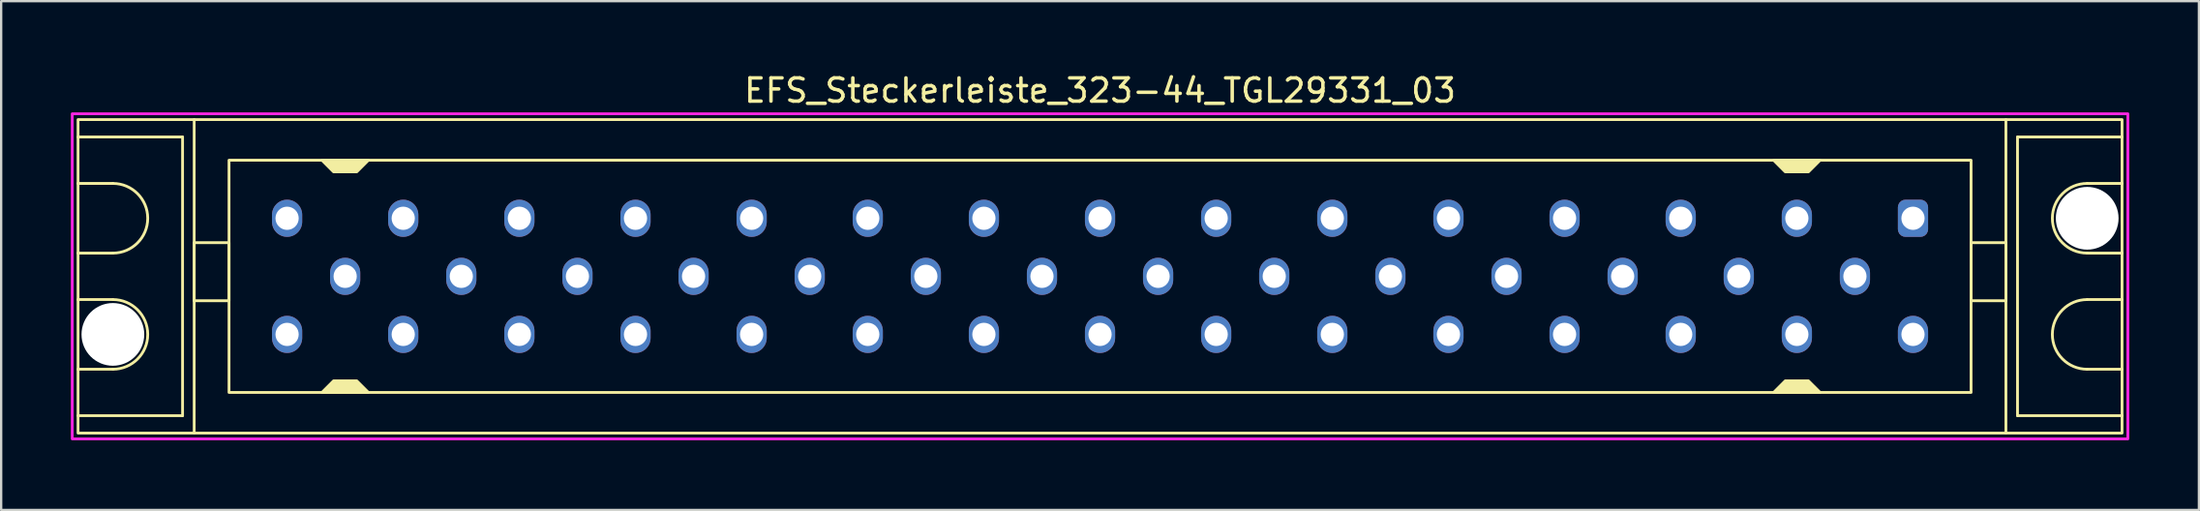
<source format=kicad_pcb>
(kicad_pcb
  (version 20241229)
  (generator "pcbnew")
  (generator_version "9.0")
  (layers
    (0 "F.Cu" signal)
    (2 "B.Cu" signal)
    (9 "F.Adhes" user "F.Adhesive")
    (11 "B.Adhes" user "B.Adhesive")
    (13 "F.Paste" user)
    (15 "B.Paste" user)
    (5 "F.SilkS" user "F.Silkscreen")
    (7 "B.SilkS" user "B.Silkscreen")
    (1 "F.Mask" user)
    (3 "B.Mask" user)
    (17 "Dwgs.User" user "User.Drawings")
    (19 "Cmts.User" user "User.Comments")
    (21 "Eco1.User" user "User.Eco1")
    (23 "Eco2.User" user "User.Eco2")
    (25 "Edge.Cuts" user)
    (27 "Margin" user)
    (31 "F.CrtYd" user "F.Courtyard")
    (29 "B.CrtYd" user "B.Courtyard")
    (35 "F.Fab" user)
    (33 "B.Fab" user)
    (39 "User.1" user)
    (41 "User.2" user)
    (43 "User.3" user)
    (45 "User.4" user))
  (footprint "EFS_Steckerleiste_323-44_TGL29331_03"
    (layer "F.Cu")
    (at 44.31 8.848)
    (property "Reference" "EFS_Steckerleiste_323-44_TGL29331_03" (at 0 -8 180) (layer "F.SilkS") (effects (font (size 1 1) (thickness 0.15))))
    (attr through_hole)
    (fp_line (start -44 -6) (end -39.5 -6) (stroke (width 0.12) (type solid)) (layer "F.SilkS"))
    (fp_line (start -42.5 -4) (end -44 -4) (stroke (width 0.12) (type solid)) (layer "F.SilkS"))
    (fp_line (start -42.5 -1) (end -44 -1) (stroke (width 0.12) (type solid)) (layer "F.SilkS"))
    (fp_line (start -42.5 1) (end -44 1) (stroke (width 0.12) (type solid)) (layer "F.SilkS"))
    (fp_line (start -42.5 4) (end -44 4) (stroke (width 0.12) (type solid)) (layer "F.SilkS"))
    (fp_line (start -39.5 -6) (end -39.5 6) (stroke (width 0.12) (type solid)) (layer "F.SilkS"))
    (fp_line (start -39.5 6) (end -44 6) (stroke (width 0.12) (type solid)) (layer "F.SilkS"))
    (fp_line (start -39 6.75) (end -39 -6.75) (stroke (width 0.12) (type solid)) (layer "F.SilkS"))
    (fp_line (start 39 6.75) (end 39 -6.75) (stroke (width 0.12) (type solid)) (layer "F.SilkS"))
    (fp_line (start 39.5 -6) (end 39.5 6) (stroke (width 0.12) (type solid)) (layer "F.SilkS"))
    (fp_line (start 39.5 6) (end 44 6) (stroke (width 0.12) (type solid)) (layer "F.SilkS"))
    (fp_line (start 42.5 -4) (end 44 -4) (stroke (width 0.12) (type solid)) (layer "F.SilkS"))
    (fp_line (start 42.5 -1) (end 44 -1) (stroke (width 0.12) (type solid)) (layer "F.SilkS"))
    (fp_line (start 42.5 1) (end 44 1) (stroke (width 0.12) (type solid)) (layer "F.SilkS"))
    (fp_line (start 42.5 4) (end 44 4) (stroke (width 0.12) (type solid)) (layer "F.SilkS"))
    (fp_line (start 44 -6) (end 39.5 -6) (stroke (width 0.12) (type solid)) (layer "F.SilkS"))
    (fp_rect (start -44 -6.75) (end 44 6.75) (stroke (width 0.12) (type solid)) (fill no) (layer "F.SilkS"))
    (fp_rect (start -37.5 -5) (end 37.5 5) (stroke (width 0.12) (type solid)) (fill no) (layer "F.SilkS"))
    (fp_rect (start -37.5 -1.45) (end -39 1.05) (stroke (width 0.12) (type solid)) (fill no) (layer "F.SilkS"))
    (fp_rect (start 39 -1.45) (end 37.5 1.05) (stroke (width 0.12) (type solid)) (fill no) (layer "F.SilkS"))
    (fp_arc (start -42.5 -4) (mid -41 -2.5) (end -42.5 -1) (stroke (width 0.12) (type solid)) (layer "F.SilkS"))
    (fp_arc (start -42.5 1) (mid -41 2.5) (end -42.5 4) (stroke (width 0.12) (type solid)) (layer "F.SilkS"))
    (fp_arc (start 42.5 -1) (mid 41 -2.5) (end 42.5 -4) (stroke (width 0.12) (type solid)) (layer "F.SilkS"))
    (fp_arc (start 42.5 4) (mid 41 2.5) (end 42.5 1) (stroke (width 0.12) (type solid)) (layer "F.SilkS"))
    (fp_poly (pts (xy -33 4.5) (xy -32 4.5) (xy -31.5 5) (xy -33.5 5)) (stroke (width 0.12) (type solid)) (fill yes) (layer "F.SilkS"))
    (fp_poly (pts (xy -32 -4.5) (xy -33 -4.5) (xy -33.5 -5) (xy -31.5 -5)) (stroke (width 0.12) (type solid)) (fill yes) (layer "F.SilkS"))
    (fp_poly (pts (xy 29.5 4.5) (xy 30.5 4.5) (xy 31 5) (xy 29 5)) (stroke (width 0.12) (type solid)) (fill yes) (layer "F.SilkS"))
    (fp_poly (pts (xy 30.5 -4.5) (xy 29.5 -4.5) (xy 29 -5) (xy 31 -5)) (stroke (width 0.12) (type solid)) (fill yes) (layer "F.SilkS"))
    (fp_rect (start -44.25 -7) (end 44.25 7) (stroke (width 0.12) (type solid)) (fill no) (layer "F.CrtYd"))
    (pad "" np_thru_hole circle (at -42.5 2.5) (size 2.7 2.7) (drill 2.7) (layers "*.Cu" "*.Mask"))
    (pad "" np_thru_hole circle (at 42.5 -2.5) (size 2.7 2.7) (drill 2.7) (layers "*.Cu" "*.Mask"))
    (pad "1a" thru_hole roundrect (at 35 -2.5) (size 1.3 1.6) (drill 1) (layers "*.Cu" "*.Mask") (roundrect_rratio 0.25))
    (pad "1c" thru_hole oval (at 35 2.5) (size 1.3 1.6) (drill 1) (layers "*.Cu" "*.Mask"))
    (pad "2b" thru_hole oval (at 32.5 0) (size 1.3 1.6) (drill 1) (layers "*.Cu" "*.Mask"))
    (pad "3a" thru_hole oval (at 30 -2.5) (size 1.3 1.6) (drill 1) (layers "*.Cu" "*.Mask"))
    (pad "3c" thru_hole oval (at 30 2.5) (size 1.3 1.6) (drill 1) (layers "*.Cu" "*.Mask"))
    (pad "4b" thru_hole oval (at 27.5 0) (size 1.3 1.6) (drill 1) (layers "*.Cu" "*.Mask"))
    (pad "5a" thru_hole oval (at 25 -2.5) (size 1.3 1.6) (drill 1) (layers "*.Cu" "*.Mask"))
    (pad "5c" thru_hole oval (at 25 2.5) (size 1.3 1.6) (drill 1) (layers "*.Cu" "*.Mask"))
    (pad "6b" thru_hole oval (at 22.5 0) (size 1.3 1.6) (drill 1) (layers "*.Cu" "*.Mask"))
    (pad "7a" thru_hole oval (at 20 -2.5) (size 1.3 1.6) (drill 1) (layers "*.Cu" "*.Mask"))
    (pad "7c" thru_hole oval (at 20 2.5) (size 1.3 1.6) (drill 1) (layers "*.Cu" "*.Mask"))
    (pad "8b" thru_hole oval (at 17.5 0) (size 1.3 1.6) (drill 1) (layers "*.Cu" "*.Mask"))
    (pad "9a" thru_hole oval (at 15 -2.5) (size 1.3 1.6) (drill 1) (layers "*.Cu" "*.Mask"))
    (pad "9c" thru_hole oval (at 15 2.5) (size 1.3 1.6) (drill 1) (layers "*.Cu" "*.Mask"))
    (pad "10b" thru_hole oval (at 12.5 0) (size 1.3 1.6) (drill 1) (layers "*.Cu" "*.Mask"))
    (pad "11a" thru_hole oval (at 10 -2.5) (size 1.3 1.6) (drill 1) (layers "*.Cu" "*.Mask"))
    (pad "11c" thru_hole oval (at 10 2.5) (size 1.3 1.6) (drill 1) (layers "*.Cu" "*.Mask"))
    (pad "12b" thru_hole oval (at 7.5 0) (size 1.3 1.6) (drill 1) (layers "*.Cu" "*.Mask"))
    (pad "13a" thru_hole oval (at 5 -2.5) (size 1.3 1.6) (drill 1) (layers "*.Cu" "*.Mask"))
    (pad "13c" thru_hole oval (at 5 2.5) (size 1.3 1.6) (drill 1) (layers "*.Cu" "*.Mask"))
    (pad "14b" thru_hole oval (at 2.5 0) (size 1.3 1.6) (drill 1) (layers "*.Cu" "*.Mask"))
    (pad "15a" thru_hole oval (at 0 -2.5) (size 1.3 1.6) (drill 1) (layers "*.Cu" "*.Mask"))
    (pad "15c" thru_hole oval (at 0 2.5) (size 1.3 1.6) (drill 1) (layers "*.Cu" "*.Mask"))
    (pad "16b" thru_hole oval (at -2.5 0) (size 1.3 1.6) (drill 1) (layers "*.Cu" "*.Mask"))
    (pad "17a" thru_hole oval (at -5 -2.5) (size 1.3 1.6) (drill 1) (layers "*.Cu" "*.Mask"))
    (pad "17c" thru_hole oval (at -5 2.5) (size 1.3 1.6) (drill 1) (layers "*.Cu" "*.Mask"))
    (pad "18b" thru_hole oval (at -7.5 0) (size 1.3 1.6) (drill 1) (layers "*.Cu" "*.Mask"))
    (pad "19a" thru_hole oval (at -10 -2.5) (size 1.3 1.6) (drill 1) (layers "*.Cu" "*.Mask"))
    (pad "19c" thru_hole oval (at -10 2.5) (size 1.3 1.6) (drill 1) (layers "*.Cu" "*.Mask"))
    (pad "20b" thru_hole oval (at -12.5 0) (size 1.3 1.6) (drill 1) (layers "*.Cu" "*.Mask"))
    (pad "21a" thru_hole oval (at -15 -2.5) (size 1.3 1.6) (drill 1) (layers "*.Cu" "*.Mask"))
    (pad "21c" thru_hole oval (at -15 2.5) (size 1.3 1.6) (drill 1) (layers "*.Cu" "*.Mask"))
    (pad "22b" thru_hole oval (at -17.5 0) (size 1.3 1.6) (drill 1) (layers "*.Cu" "*.Mask"))
    (pad "23a" thru_hole oval (at -20 -2.5) (size 1.3 1.6) (drill 1) (layers "*.Cu" "*.Mask"))
    (pad "23c" thru_hole oval (at -20 2.5) (size 1.3 1.6) (drill 1) (layers "*.Cu" "*.Mask"))
    (pad "24b" thru_hole oval (at -22.5 0) (size 1.3 1.6) (drill 1) (layers "*.Cu" "*.Mask"))
    (pad "25a" thru_hole oval (at -25 -2.5) (size 1.3 1.6) (drill 1) (layers "*.Cu" "*.Mask"))
    (pad "25c" thru_hole oval (at -25 2.5) (size 1.3 1.6) (drill 1) (layers "*.Cu" "*.Mask"))
    (pad "26b" thru_hole oval (at -27.5 0) (size 1.3 1.6) (drill 1) (layers "*.Cu" "*.Mask"))
    (pad "27a" thru_hole oval (at -30 -2.5) (size 1.3 1.6) (drill 1) (layers "*.Cu" "*.Mask"))
    (pad "27c" thru_hole oval (at -30 2.5) (size 1.3 1.6) (drill 1) (layers "*.Cu" "*.Mask"))
    (pad "28b" thru_hole oval (at -32.5 0) (size 1.3 1.6) (drill 1) (layers "*.Cu" "*.Mask"))
    (pad "29a" thru_hole oval (at -35 -2.5) (size 1.3 1.6) (drill 1) (layers "*.Cu" "*.Mask"))
    (pad "29c" thru_hole oval (at -35 2.5) (size 1.3 1.6) (drill 1) (layers "*.Cu" "*.Mask")))
  (gr_rect
    (start -3 -3)
    (end 91.62 18.908)
    (stroke (width 0.1) (type default))
    (fill no)
    (layer "Edge.Cuts")))
</source>
